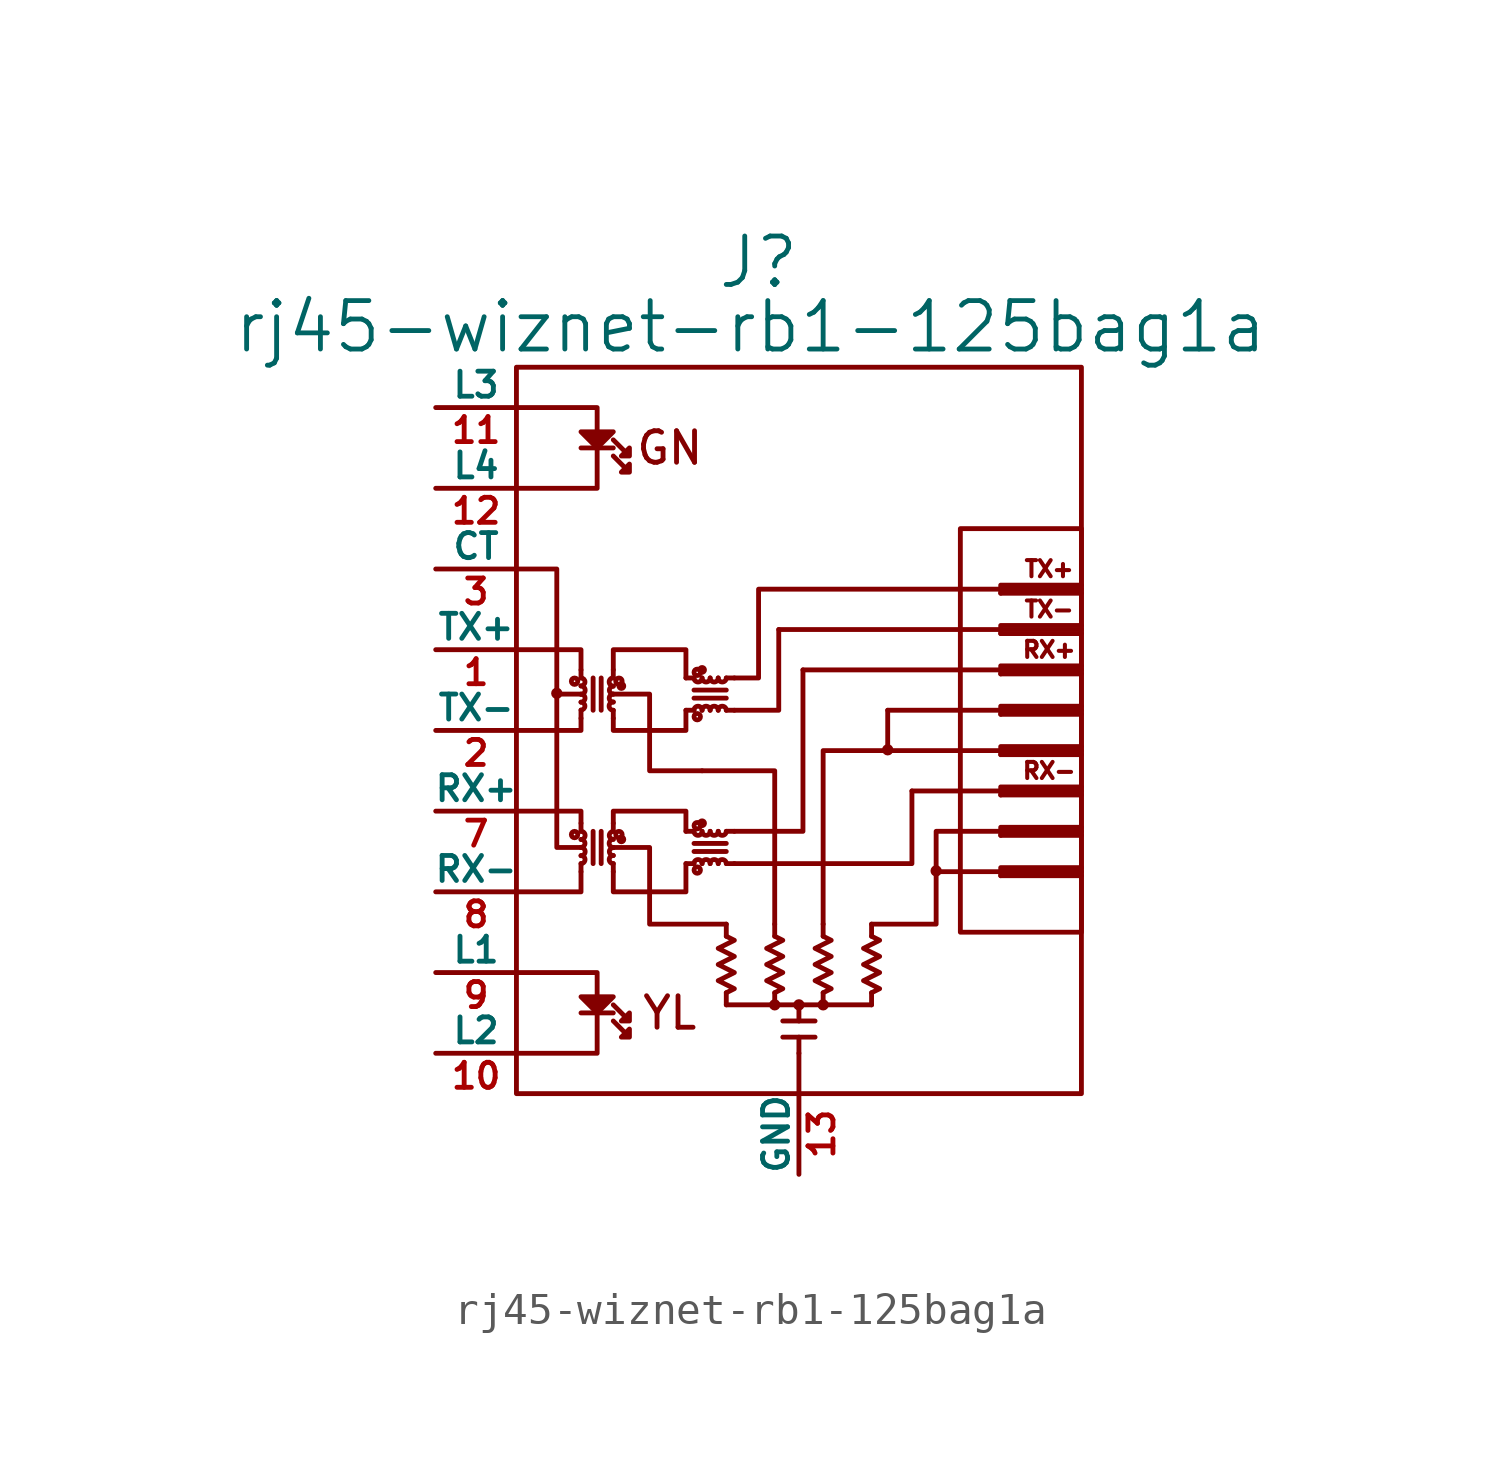
<source format=kicad_sym>
(kicad_symbol_lib
  (version 20220914)
  (generator kicad_symbol_editor)
  (symbol "rj45-wiznet-rb1-125bag1a"
    (pin_names
      (offset 0))
    (property "Reference" "J"
      (at 0 14.732 0)
      (effects (font (size 1.524 1.524))))
    (property "Value" "rj45-wiznet-rb1-125bag1a"
      (at -0.254 12.7 0)
      (effects (font (size 1.524 1.524))))
    (property "Footprint" ""
      (at -7.62 -1.27 0)
      (effects (font (size 1.524 1.524))))
    (property "Datasheet" ""
      (at 0 0 0)
      (effects (font (size 1.524 1.524))))
    (symbol "rj45-wiznet-rb1-125bag1a_0_0"
      (text "GN" (at -2.794 8.89 0) (effects (font (size 0.991 0.991))))
      (text "RX+" (at 9.144 2.54 0) (effects (font (size 0.508 0.508))))
      (text "RX-" (at 9.144 -1.27 0) (effects (font (size 0.508 0.508))))
      (text "TX+" (at 9.144 5.08 0) (effects (font (size 0.508 0.508))))
      (text "TX-" (at 9.144 3.81 0) (effects (font (size 0.508 0.508))))
      (text "YL" (at -2.794 -8.89 0) (effects (font (size 0.991 0.991)))))
    (symbol "rj45-wiznet-rb1-125bag1a_0_1"
      (circle (center -6.35 1.168) (radius 0.102) (stroke (width 0) (type solid)) (fill (type none)))
      (circle (center -5.791 -3.277) (radius 0.025) (stroke (width 0) (type solid)) (fill (type none)))
      (circle (center -5.791 1.549) (radius 0.025) (stroke (width 0) (type solid)) (fill (type none)))
      (arc (start -5.588 -4.191) (mid -5.4615 -4.064) (end -5.588 -3.937) (stroke (width 0) (type solid)) (fill (type none)))
      (arc (start -5.588 -3.937) (mid -5.4615 -3.81) (end -5.588 -3.683) (stroke (width 0) (type solid)) (fill (type none)))
      (arc (start -5.588 -3.683) (mid -5.4615 -3.556) (end -5.588 -3.429) (stroke (width 0) (type solid)) (fill (type none)))
      (arc (start -5.588 -3.429) (mid -5.4615 -3.302) (end -5.588 -3.175) (stroke (width 0) (type solid)) (fill (type none)))
      (arc (start -5.588 0.635) (mid -5.4615 0.762) (end -5.588 0.889) (stroke (width 0) (type solid)) (fill (type none)))
      (arc (start -5.588 0.889) (mid -5.4615 1.016) (end -5.588 1.143) (stroke (width 0) (type solid)) (fill (type none)))
      (arc (start -5.588 1.143) (mid -5.4615 1.27) (end -5.588 1.397) (stroke (width 0) (type solid)) (fill (type none)))
      (arc (start -5.588 1.397) (mid -5.4615 1.524) (end -5.588 1.651) (stroke (width 0) (type solid)) (fill (type none)))
      (arc (start -4.572 -3.937) (mid -4.6985 -4.064) (end -4.572 -4.191) (stroke (width 0) (type solid)) (fill (type none)))
      (arc (start -4.572 -3.683) (mid -4.6985 -3.81) (end -4.572 -3.937) (stroke (width 0) (type solid)) (fill (type none)))
      (arc (start -4.572 -3.429) (mid -4.6985 -3.556) (end -4.572 -3.683) (stroke (width 0) (type solid)) (fill (type none)))
      (arc (start -4.572 -3.175) (mid -4.6985 -3.302) (end -4.572 -3.429) (stroke (width 0) (type solid)) (fill (type none)))
      (arc (start -4.572 0.889) (mid -4.6985 0.762) (end -4.572 0.635) (stroke (width 0) (type solid)) (fill (type none)))
      (arc (start -4.572 1.143) (mid -4.6985 1.016) (end -4.572 0.889) (stroke (width 0) (type solid)) (fill (type none)))
      (arc (start -4.572 1.397) (mid -4.6985 1.27) (end -4.572 1.143) (stroke (width 0) (type solid)) (fill (type none)))
      (arc (start -4.572 1.651) (mid -4.6985 1.524) (end -4.572 1.397) (stroke (width 0) (type solid)) (fill (type none)))
      (circle (center -4.394 -3.277) (radius 0.025) (stroke (width 0) (type solid)) (fill (type none)))
      (circle (center -4.394 1.549) (radius 0.025) (stroke (width 0) (type solid)) (fill (type none)))
      (circle (center -4.318 -3.429) (radius 0.0001) (stroke (width 0) (type solid)) (fill (type none)))
      (circle (center -4.318 1.397) (radius 0.0001) (stroke (width 0) (type solid)) (fill (type none)))
      (arc (start -2.032 -3.175) (mid -1.905 -3.3015) (end -1.778 -3.175) (stroke (width 0) (type solid)) (fill (type none)))
      (arc (start -2.032 1.651) (mid -1.905 1.5245) (end -1.778 1.651) (stroke (width 0) (type solid)) (fill (type none)))
      (circle (center -1.93 -4.394) (radius 0.025) (stroke (width 0) (type solid)) (fill (type none)))
      (circle (center -1.93 -2.997) (radius 0.025) (stroke (width 0) (type solid)) (fill (type none)))
      (circle (center -1.93 0.432) (radius 0.025) (stroke (width 0) (type solid)) (fill (type none)))
      (circle (center -1.93 1.829) (radius 0.025) (stroke (width 0) (type solid)) (fill (type none)))
      (arc (start -1.778 -4.191) (mid -1.905 -4.0645) (end -2.032 -4.191) (stroke (width 0) (type solid)) (fill (type none)))
      (arc (start -1.778 -3.175) (mid -1.651 -3.3015) (end -1.524 -3.175) (stroke (width 0) (type solid)) (fill (type none)))
      (circle (center -1.778 -2.921) (radius 0.0001) (stroke (width 0) (type solid)) (fill (type none)))
      (arc (start -1.778 0.635) (mid -1.905 0.7615) (end -2.032 0.635) (stroke (width 0) (type solid)) (fill (type none)))
      (arc (start -1.778 1.651) (mid -1.651 1.5245) (end -1.524 1.651) (stroke (width 0) (type solid)) (fill (type none)))
      (circle (center -1.778 1.905) (radius 0.0001) (stroke (width 0) (type solid)) (fill (type none)))
      (arc (start -1.524 -4.191) (mid -1.651 -4.0645) (end -1.778 -4.191) (stroke (width 0) (type solid)) (fill (type none)))
      (arc (start -1.524 -3.175) (mid -1.397 -3.3015) (end -1.27 -3.175) (stroke (width 0) (type solid)) (fill (type none)))
      (arc (start -1.524 0.635) (mid -1.651 0.7615) (end -1.778 0.635) (stroke (width 0) (type solid)) (fill (type none)))
      (arc (start -1.524 1.651) (mid -1.397 1.5245) (end -1.27 1.651) (stroke (width 0) (type solid)) (fill (type none)))
      (arc (start -1.27 -4.191) (mid -1.397 -4.0645) (end -1.524 -4.191) (stroke (width 0) (type solid)) (fill (type none)))
      (arc (start -1.27 -3.175) (mid -1.143 -3.3015) (end -1.016 -3.175) (stroke (width 0) (type solid)) (fill (type none)))
      (arc (start -1.27 0.635) (mid -1.397 0.7615) (end -1.524 0.635) (stroke (width 0) (type solid)) (fill (type none)))
      (arc (start -1.27 1.651) (mid -1.143 1.5245) (end -1.016 1.651) (stroke (width 0) (type solid)) (fill (type none)))
      (arc (start -1.016 -4.191) (mid -1.143 -4.0645) (end -1.27 -4.191) (stroke (width 0) (type solid)) (fill (type none)))
      (arc (start -1.016 0.635) (mid -1.143 0.7615) (end -1.27 0.635) (stroke (width 0) (type solid)) (fill (type none)))
      (polyline (pts (xy -6.35 1.143) (xy -5.588 1.143)) (stroke (width 0) (type solid)) (fill (type none)))
      (polyline (pts (xy -5.588 -8.89) (xy -4.572 -8.89)) (stroke (width 0) (type solid)) (fill (type none)))
      (polyline (pts (xy -5.588 -4.191) (xy -5.588 -4.445)) (stroke (width 0) (type solid)) (fill (type none)))
      (polyline (pts (xy -5.588 -2.921) (xy -5.588 -3.175)) (stroke (width 0) (type solid)) (fill (type none)))
      (polyline (pts (xy -5.588 0.635) (xy -5.588 0.381)) (stroke (width 0) (type solid)) (fill (type none)))
      (polyline (pts (xy -5.588 1.905) (xy -5.588 1.651)) (stroke (width 0) (type solid)) (fill (type none)))
      (polyline (pts (xy -5.588 8.89) (xy -4.572 8.89)) (stroke (width 0) (type solid)) (fill (type none)))
      (polyline (pts (xy -5.207 -4.191) (xy -5.207 -3.175)) (stroke (width 0) (type solid)) (fill (type none)))
      (polyline (pts (xy -5.207 0.635) (xy -5.207 1.651)) (stroke (width 0) (type solid)) (fill (type none)))
      (polyline (pts (xy -4.953 -3.175) (xy -4.953 -4.191)) (stroke (width 0) (type solid)) (fill (type none)))
      (polyline (pts (xy -4.953 1.651) (xy -4.953 0.635)) (stroke (width 0) (type solid)) (fill (type none)))
      (polyline (pts (xy -4.572 -4.191) (xy -4.572 -4.445)) (stroke (width 0) (type solid)) (fill (type none)))
      (polyline (pts (xy -4.572 -2.921) (xy -4.572 -3.175)) (stroke (width 0) (type solid)) (fill (type none)))
      (polyline (pts (xy -4.572 0.635) (xy -4.572 0.381)) (stroke (width 0) (type solid)) (fill (type none)))
      (polyline (pts (xy -4.572 1.905) (xy -4.572 1.651)) (stroke (width 0) (type solid)) (fill (type none)))
      (polyline (pts (xy -2.286 -4.191) (xy -2.032 -4.191)) (stroke (width 0) (type solid)) (fill (type none)))
      (polyline (pts (xy -2.286 -3.175) (xy -2.032 -3.175)) (stroke (width 0) (type solid)) (fill (type none)))
      (polyline (pts (xy -2.286 0.635) (xy -2.032 0.635)) (stroke (width 0) (type solid)) (fill (type none)))
      (polyline (pts (xy -2.286 1.651) (xy -2.032 1.651)) (stroke (width 0) (type solid)) (fill (type none)))
      (polyline (pts (xy -2.032 -3.556) (xy -1.016 -3.556)) (stroke (width 0) (type solid)) (fill (type none)))
      (polyline (pts (xy -2.032 1.27) (xy -1.016 1.27)) (stroke (width 0) (type solid)) (fill (type none)))
      (polyline (pts (xy -1.016 -8.636) (xy -1.016 -8.255)) (stroke (width 0) (type solid)) (fill (type none)))
      (polyline (pts (xy -1.016 -6.477) (xy -1.016 -6.096)) (stroke (width 0) (type solid)) (fill (type none)))
      (polyline (pts (xy -1.016 -4.191) (xy -0.762 -4.191)) (stroke (width 0) (type solid)) (fill (type none)))
      (polyline (pts (xy -1.016 -3.81) (xy -2.032 -3.81)) (stroke (width 0) (type solid)) (fill (type none)))
      (polyline (pts (xy -1.016 -3.175) (xy -0.762 -3.175)) (stroke (width 0) (type solid)) (fill (type none)))
      (polyline (pts (xy -1.016 0.635) (xy -0.762 0.635)) (stroke (width 0) (type solid)) (fill (type none)))
      (polyline (pts (xy -1.016 1.016) (xy -2.032 1.016)) (stroke (width 0) (type solid)) (fill (type none)))
      (polyline (pts (xy -1.016 1.651) (xy -0.762 1.651)) (stroke (width 0) (type solid)) (fill (type none)))
      (polyline (pts (xy 0.508 -8.636) (xy 0.508 -8.255)) (stroke (width 0) (type solid)) (fill (type none)))
      (polyline (pts (xy 0.508 -6.477) (xy 0.508 -6.096)) (stroke (width 0) (type solid)) (fill (type none)))
      (polyline (pts (xy 0.762 -9.144) (xy 1.778 -9.144)) (stroke (width 0) (type solid)) (fill (type none)))
      (polyline (pts (xy 1.27 -11.43) (xy 1.27 -10.16)) (stroke (width 0) (type solid)) (fill (type none)))
      (polyline (pts (xy 1.27 -9.652) (xy 1.27 -10.16)) (stroke (width 0) (type solid)) (fill (type none)))
      (polyline (pts (xy 1.27 -8.636) (xy 1.27 -9.144)) (stroke (width 0) (type solid)) (fill (type none)))
      (polyline (pts (xy 1.778 -9.652) (xy 0.762 -9.652)) (stroke (width 0) (type solid)) (fill (type none)))
      (polyline (pts (xy 2.032 -8.636) (xy 2.032 -8.255)) (stroke (width 0) (type solid)) (fill (type none)))
      (polyline (pts (xy 2.032 -6.477) (xy 2.032 -6.096)) (stroke (width 0) (type solid)) (fill (type none)))
      (polyline (pts (xy 3.556 -8.636) (xy -1.016 -8.636)) (stroke (width 0) (type solid)) (fill (type none)))
      (polyline (pts (xy 3.556 -8.636) (xy 3.556 -8.255)) (stroke (width 0) (type solid)) (fill (type none)))
      (polyline (pts (xy 3.556 -6.477) (xy 3.556 -6.096)) (stroke (width 0) (type solid)) (fill (type none)))
      (polyline (pts (xy 4.064 0.635) (xy 4.064 -0.635)) (stroke (width 0) (type solid)) (fill (type none)))
      (polyline (pts (xy 7.62 -4.572) (xy 10.16 -4.572)) (stroke (width 0) (type solid)) (fill (type none)))
      (polyline (pts (xy 7.62 -4.445) (xy 5.588 -4.445)) (stroke (width 0) (type solid)) (fill (type none)))
      (polyline (pts (xy 7.62 -4.445) (xy 10.16 -4.445)) (stroke (width 0) (type solid)) (fill (type none)))
      (polyline (pts (xy 7.62 -3.302) (xy 10.16 -3.302)) (stroke (width 0) (type solid)) (fill (type none)))
      (polyline (pts (xy 7.62 -3.175) (xy 10.16 -3.175)) (stroke (width 0) (type solid)) (fill (type none)))
      (polyline (pts (xy 7.62 -2.032) (xy 10.16 -2.032)) (stroke (width 0) (type solid)) (fill (type none)))
      (polyline (pts (xy 7.62 -1.905) (xy 4.826 -1.905)) (stroke (width 0) (type solid)) (fill (type none)))
      (polyline (pts (xy 7.62 -1.905) (xy 10.16 -1.905)) (stroke (width 0) (type solid)) (fill (type none)))
      (polyline (pts (xy 7.62 -0.762) (xy 10.16 -0.762)) (stroke (width 0) (type solid)) (fill (type none)))
      (polyline (pts (xy 7.62 -0.635) (xy 4.064 -0.635)) (stroke (width 0) (type solid)) (fill (type none)))
      (polyline (pts (xy 7.62 -0.635) (xy 10.16 -0.635)) (stroke (width 0) (type solid)) (fill (type none)))
      (polyline (pts (xy 7.62 0.508) (xy 10.16 0.508)) (stroke (width 0) (type solid)) (fill (type none)))
      (polyline (pts (xy 7.62 0.635) (xy 4.064 0.635)) (stroke (width 0) (type solid)) (fill (type none)))
      (polyline (pts (xy 7.62 0.635) (xy 10.16 0.635)) (stroke (width 0) (type solid)) (fill (type none)))
      (polyline (pts (xy 7.62 1.778) (xy 10.16 1.778)) (stroke (width 0) (type solid)) (fill (type none)))
      (polyline (pts (xy 7.62 1.905) (xy 1.397 1.905)) (stroke (width 0) (type solid)) (fill (type none)))
      (polyline (pts (xy 7.62 1.905) (xy 10.16 1.905)) (stroke (width 0) (type solid)) (fill (type none)))
      (polyline (pts (xy 7.62 3.048) (xy 10.16 3.048)) (stroke (width 0) (type solid)) (fill (type none)))
      (polyline (pts (xy 7.62 3.175) (xy 0.635 3.175)) (stroke (width 0) (type solid)) (fill (type none)))
      (polyline (pts (xy 7.62 3.175) (xy 10.16 3.175)) (stroke (width 0) (type solid)) (fill (type none)))
      (polyline (pts (xy 7.62 4.318) (xy 10.16 4.318)) (stroke (width 0) (type solid)) (fill (type none)))
      (polyline (pts (xy 7.62 4.445) (xy 10.16 4.445)) (stroke (width 0) (type solid)) (fill (type none)))
      (polyline (pts (xy -7.62 -2.54) (xy -5.588 -2.54) (xy -5.588 -2.921)) (stroke (width 0) (type solid)) (fill (type none)))
      (polyline (pts (xy -7.62 0) (xy -5.588 0) (xy -5.588 0.381)) (stroke (width 0) (type solid)) (fill (type none)))
      (polyline (pts (xy -7.62 2.54) (xy -5.588 2.54) (xy -5.588 1.905)) (stroke (width 0) (type solid)) (fill (type none)))
      (polyline (pts (xy -6.35 1.143) (xy -6.35 -3.683) (xy -5.588 -3.683)) (stroke (width 0) (type solid)) (fill (type none)))
      (polyline (pts (xy -6.35 1.143) (xy -6.35 5.08) (xy -7.62 5.08)) (stroke (width 0) (type solid)) (fill (type none)))
      (polyline (pts (xy -5.588 -4.445) (xy -5.588 -5.08) (xy -7.62 -5.08)) (stroke (width 0) (type solid)) (fill (type none)))
      (polyline (pts (xy -5.08 -8.89) (xy -5.08 -10.16) (xy -7.62 -10.16)) (stroke (width 0) (type solid)) (fill (type none)))
      (polyline (pts (xy -5.08 -8.382) (xy -5.08 -7.62) (xy -7.62 -7.62)) (stroke (width 0) (type solid)) (fill (type none)))
      (polyline (pts (xy -5.08 8.89) (xy -5.08 7.62) (xy -7.62 7.62)) (stroke (width 0) (type solid)) (fill (type none)))
      (polyline (pts (xy -5.08 9.398) (xy -5.08 10.16) (xy -7.62 10.16)) (stroke (width 0) (type solid)) (fill (type none)))
      (polyline (pts (xy 0.508 -6.096) (xy 0.508 -1.27) (xy -1.778 -1.27)) (stroke (width 0) (type solid)) (fill (type none)))
      (polyline (pts (xy 0.635 3.175) (xy 0.635 0.635) (xy -0.762 0.635)) (stroke (width 0) (type solid)) (fill (type none)))
      (polyline (pts (xy 1.397 1.905) (xy 1.397 -3.175) (xy -0.762 -3.175)) (stroke (width 0) (type solid)) (fill (type none)))
      (polyline (pts (xy 2.032 -6.096) (xy 2.032 -0.635) (xy 4.064 -0.635)) (stroke (width 0) (type solid)) (fill (type none)))
      (polyline (pts (xy 3.556 -6.096) (xy 5.588 -6.096) (xy 5.588 -4.445)) (stroke (width 0) (type solid)) (fill (type none)))
      (polyline (pts (xy 4.826 -1.905) (xy 4.826 -4.191) (xy -0.762 -4.191)) (stroke (width 0) (type solid)) (fill (type none)))
      (polyline (pts (xy 5.588 -4.445) (xy 5.588 -3.175) (xy 7.62 -3.175)) (stroke (width 0) (type solid)) (fill (type none)))
      (polyline (pts (xy 7.62 -4.572) (xy 7.62 -4.318) (xy 10.16 -4.318)) (stroke (width 0) (type solid)) (fill (type none)))
      (polyline (pts (xy 7.62 -3.302) (xy 7.62 -3.048) (xy 10.16 -3.048)) (stroke (width 0) (type solid)) (fill (type none)))
      (polyline (pts (xy 7.62 -2.032) (xy 7.62 -1.778) (xy 10.16 -1.778)) (stroke (width 0) (type solid)) (fill (type none)))
      (polyline (pts (xy 7.62 -0.762) (xy 7.62 -0.508) (xy 10.16 -0.508)) (stroke (width 0) (type solid)) (fill (type none)))
      (polyline (pts (xy 7.62 0.508) (xy 7.62 0.762) (xy 10.16 0.762)) (stroke (width 0) (type solid)) (fill (type none)))
      (polyline (pts (xy 7.62 1.778) (xy 7.62 2.032) (xy 10.16 2.032)) (stroke (width 0) (type solid)) (fill (type none)))
      (polyline (pts (xy 7.62 3.048) (xy 7.62 3.302) (xy 10.16 3.302)) (stroke (width 0) (type solid)) (fill (type none)))
      (polyline (pts (xy 7.62 4.318) (xy 7.62 4.572) (xy 10.16 4.572)) (stroke (width 0) (type solid)) (fill (type none)))
      (polyline (pts (xy -5.588 -8.382) (xy -5.08 -8.89) (xy -4.572 -8.382) (xy -5.588 -8.382)) (stroke (width 0) (type solid)) (fill (type outline)))
      (polyline (pts (xy -5.588 9.398) (xy -5.08 8.89) (xy -4.572 9.398) (xy -5.588 9.398)) (stroke (width 0) (type solid)) (fill (type outline)))
      (polyline (pts (xy -4.572 -4.445) (xy -4.572 -5.08) (xy -2.286 -5.08) (xy -2.286 -4.191)) (stroke (width 0) (type solid)) (fill (type none)))
      (polyline (pts (xy -4.572 -3.683) (xy -3.429 -3.683) (xy -3.429 -6.096) (xy -1.016 -6.096)) (stroke (width 0) (type solid)) (fill (type none)))
      (polyline (pts (xy -4.572 -2.921) (xy -4.572 -2.54) (xy -2.286 -2.54) (xy -2.286 -3.175)) (stroke (width 0) (type solid)) (fill (type none)))
      (polyline (pts (xy -4.572 0.381) (xy -4.572 0) (xy -2.286 0) (xy -2.286 0.635)) (stroke (width 0) (type solid)) (fill (type none)))
      (polyline (pts (xy -4.572 1.143) (xy -3.429 1.143) (xy -3.429 -1.27) (xy -1.778 -1.27)) (stroke (width 0) (type solid)) (fill (type none)))
      (polyline (pts (xy -4.572 1.905) (xy -4.572 2.54) (xy -2.286 2.54) (xy -2.286 1.651)) (stroke (width 0) (type solid)) (fill (type none)))
      (polyline (pts (xy 7.62 4.445) (xy 0 4.445) (xy 0 1.651) (xy -0.762 1.651)) (stroke (width 0) (type solid)) (fill (type none)))
      (polyline (pts (xy -4.572 -9.144) (xy -4.064 -9.652) (xy -4.064 -9.398) (xy -4.318 -9.652) (xy -4.064 -9.652)) (stroke (width 0) (type solid)) (fill (type none)))
      (polyline (pts (xy -4.572 -8.636) (xy -4.064 -9.144) (xy -4.064 -8.89) (xy -4.318 -9.144) (xy -4.064 -9.144)) (stroke (width 0) (type solid)) (fill (type none)))
      (polyline (pts (xy -4.572 8.636) (xy -4.064 8.128) (xy -4.064 8.382) (xy -4.318 8.128) (xy -4.064 8.128)) (stroke (width 0) (type solid)) (fill (type none)))
      (polyline (pts (xy -4.572 9.144) (xy -4.064 8.636) (xy -4.064 8.89) (xy -4.318 8.636) (xy -4.064 8.636)) (stroke (width 0) (type solid)) (fill (type none)))
      (polyline (pts (xy -1.016 -6.477) (xy -0.762 -6.604) (xy -1.27 -6.858) (xy -0.762 -7.112) (xy -1.27 -7.366) (xy -0.762 -7.62) (xy -1.27 -7.874) (xy -0.762 -8.128) (xy -1.016 -8.255)) (stroke (width 0) (type solid)) (fill (type none)))
      (polyline (pts (xy 0.508 -6.477) (xy 0.762 -6.604) (xy 0.254 -6.858) (xy 0.762 -7.112) (xy 0.254 -7.366) (xy 0.762 -7.62) (xy 0.254 -7.874) (xy 0.762 -8.128) (xy 0.508 -8.255)) (stroke (width 0) (type solid)) (fill (type none)))
      (polyline (pts (xy 2.032 -6.477) (xy 2.286 -6.604) (xy 1.778 -6.858) (xy 2.286 -7.112) (xy 1.778 -7.366) (xy 2.286 -7.62) (xy 1.778 -7.874) (xy 2.286 -8.128) (xy 2.032 -8.255)) (stroke (width 0) (type solid)) (fill (type none)))
      (polyline (pts (xy 3.556 -6.477) (xy 3.81 -6.604) (xy 3.302 -6.858) (xy 3.81 -7.112) (xy 3.302 -7.366) (xy 3.81 -7.62) (xy 3.302 -7.874) (xy 3.81 -8.128) (xy 3.556 -8.255)) (stroke (width 0) (type solid)) (fill (type none)))
      (circle (center 0.508 -8.636) (radius 0.102) (stroke (width 0) (type solid)) (fill (type none)))
      (circle (center 1.27 -8.636) (radius 0.102) (stroke (width 0) (type solid)) (fill (type none)))
      (circle (center 2.032 -8.636) (radius 0.102) (stroke (width 0) (type solid)) (fill (type none)))
      (circle (center 4.064 -0.61) (radius 0.102) (stroke (width 0) (type solid)) (fill (type none)))
      (circle (center 5.588 -4.42) (radius 0.102) (stroke (width 0) (type solid)) (fill (type none)))
      (rectangle (start 10.16 6.35) (end 6.35 -6.35) (stroke (width 0) (type solid)) (fill (type none)))
      (rectangle (start 10.16 11.43) (end -7.62 -11.43) (stroke (width 0) (type solid)) (fill (type none))))
    (symbol "rj45-wiznet-rb1-125bag1a_1_1"
      (pin passive line (at -10.16 2.54 0) (length 2.54) (name "TX+" (effects (font (size 0.787 0.787)))) (number "1" (effects (font (size 0.787 0.787)))))
      (pin passive line (at -10.16 -10.16 0) (length 2.54) (name "L2" (effects (font (size 0.787 0.787)))) (number "10" (effects (font (size 0.787 0.787)))))
      (pin passive line (at -10.16 10.16 0) (length 2.54) (name "L3" (effects (font (size 0.787 0.787)))) (number "11" (effects (font (size 0.787 0.787)))))
      (pin passive line (at -10.16 7.62 0) (length 2.54) (name "L4" (effects (font (size 0.787 0.787)))) (number "12" (effects (font (size 0.787 0.787)))))
      (pin passive line (at 1.27 -13.97 90) (length 2.54) (name "GND" (effects (font (size 0.787 0.787)))) (number "13" (effects (font (size 0.787 0.787)))))
      (pin passive line (at -10.16 0 0) (length 2.54) (name "TX-" (effects (font (size 0.787 0.787)))) (number "2" (effects (font (size 0.787 0.787)))))
      (pin passive line (at -10.16 5.08 0) (length 2.54) (name "CT" (effects (font (size 0.787 0.787)))) (number "3" (effects (font (size 0.787 0.787)))))
      (pin passive line (at -10.16 -2.54 0) (length 2.54) (name "RX+" (effects (font (size 0.787 0.787)))) (number "7" (effects (font (size 0.787 0.787)))))
      (pin passive line (at -10.16 -5.08 0) (length 2.54) (name "RX-" (effects (font (size 0.787 0.787)))) (number "8" (effects (font (size 0.787 0.787)))))
      (pin passive line (at -10.16 -7.62 0) (length 2.54) (name "L1" (effects (font (size 0.787 0.787)))) (number "9" (effects (font (size 0.787 0.787))))))))
</source>
